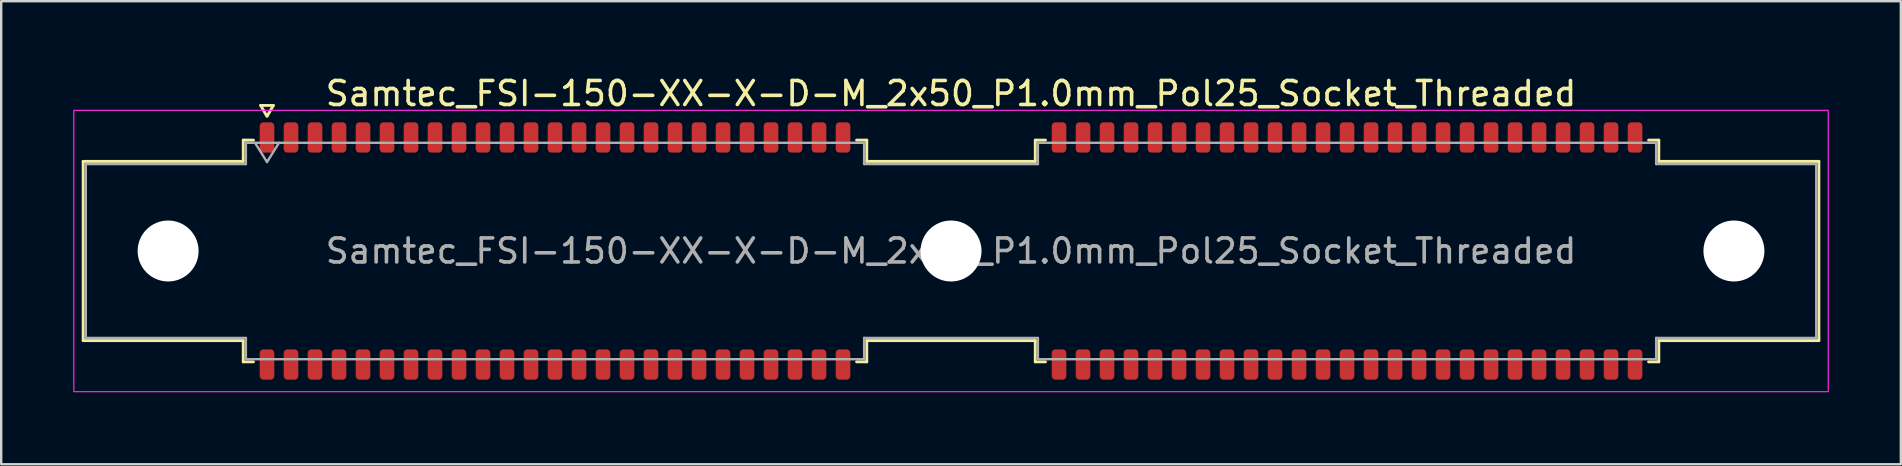
<source format=kicad_pcb>
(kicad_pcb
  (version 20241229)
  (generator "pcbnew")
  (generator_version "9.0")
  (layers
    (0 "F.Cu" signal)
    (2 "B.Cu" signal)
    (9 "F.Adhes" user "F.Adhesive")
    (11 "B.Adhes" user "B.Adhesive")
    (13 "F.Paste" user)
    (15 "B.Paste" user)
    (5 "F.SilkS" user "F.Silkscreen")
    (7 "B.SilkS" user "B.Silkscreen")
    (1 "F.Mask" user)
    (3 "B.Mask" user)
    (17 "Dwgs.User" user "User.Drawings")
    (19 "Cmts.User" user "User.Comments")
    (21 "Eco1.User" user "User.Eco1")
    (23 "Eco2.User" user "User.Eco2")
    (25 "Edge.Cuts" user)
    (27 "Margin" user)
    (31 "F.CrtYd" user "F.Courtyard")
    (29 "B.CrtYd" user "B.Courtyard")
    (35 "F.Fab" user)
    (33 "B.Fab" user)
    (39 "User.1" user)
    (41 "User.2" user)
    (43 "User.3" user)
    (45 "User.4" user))
  (footprint "Samtec_FSI-150-XX-X-D-M_2x50_P1.0mm_Pol25_Socket_Threaded"
    (layer "F.Cu")
    (at 36.575 7.408)
    (property "Reference" "Samtec_FSI-150-XX-X-D-M_2x50_P1.0mm_Pol25_Socket_Threaded" (at 0 -6.56 0) (layer "F.SilkS") (effects (font (size 1 1) (thickness 0.15))))
    (attr smd)
    (fp_line (start -36.16 -3.733) (end -29.49 -3.733) (stroke (width 0.12) (type solid)) (layer "F.SilkS"))
    (fp_line (start -36.16 3.733) (end -36.16 -3.733) (stroke (width 0.12) (type solid)) (layer "F.SilkS"))
    (fp_line (start -29.49 -4.619) (end -29.065 -4.619) (stroke (width 0.12) (type solid)) (layer "F.SilkS"))
    (fp_line (start -29.49 -3.733) (end -29.49 -4.619) (stroke (width 0.12) (type solid)) (layer "F.SilkS"))
    (fp_line (start -29.49 3.733) (end -36.16 3.733) (stroke (width 0.12) (type solid)) (layer "F.SilkS"))
    (fp_line (start -29.49 4.619) (end -29.49 3.733) (stroke (width 0.12) (type solid)) (layer "F.SilkS"))
    (fp_line (start -29.065 4.619) (end -29.49 4.619) (stroke (width 0.12) (type solid)) (layer "F.SilkS"))
    (fp_line (start -28.764 -6.066) (end -28.507 -5.62) (stroke (width 0.12) (type solid)) (layer "F.SilkS"))
    (fp_line (start -28.493 -5.62) (end -28.236 -6.066) (stroke (width 0.12) (type solid)) (layer "F.SilkS"))
    (fp_line (start -28.236 -6.066) (end -28.764 -6.066) (stroke (width 0.12) (type solid)) (layer "F.SilkS"))
    (fp_line (start -3.935 -4.619) (end -3.51 -4.619) (stroke (width 0.12) (type solid)) (layer "F.SilkS"))
    (fp_line (start -3.51 -4.619) (end -3.51 -3.733) (stroke (width 0.12) (type solid)) (layer "F.SilkS"))
    (fp_line (start -3.51 -3.733) (end 3.51 -3.733) (stroke (width 0.12) (type solid)) (layer "F.SilkS"))
    (fp_line (start -3.51 3.733) (end -3.51 4.619) (stroke (width 0.12) (type solid)) (layer "F.SilkS"))
    (fp_line (start -3.51 4.619) (end -3.935 4.619) (stroke (width 0.12) (type solid)) (layer "F.SilkS"))
    (fp_line (start 3.51 -4.619) (end 3.935 -4.619) (stroke (width 0.12) (type solid)) (layer "F.SilkS"))
    (fp_line (start 3.51 -3.733) (end 3.51 -4.619) (stroke (width 0.12) (type solid)) (layer "F.SilkS"))
    (fp_line (start 3.51 3.733) (end -3.51 3.733) (stroke (width 0.12) (type solid)) (layer "F.SilkS"))
    (fp_line (start 3.51 4.619) (end 3.51 3.733) (stroke (width 0.12) (type solid)) (layer "F.SilkS"))
    (fp_line (start 3.935 4.619) (end 3.51 4.619) (stroke (width 0.12) (type solid)) (layer "F.SilkS"))
    (fp_line (start 29.065 -4.619) (end 29.49 -4.619) (stroke (width 0.12) (type solid)) (layer "F.SilkS"))
    (fp_line (start 29.49 -4.619) (end 29.49 -3.733) (stroke (width 0.12) (type solid)) (layer "F.SilkS"))
    (fp_line (start 29.49 -3.733) (end 36.16 -3.733) (stroke (width 0.12) (type solid)) (layer "F.SilkS"))
    (fp_line (start 29.49 3.733) (end 29.49 4.619) (stroke (width 0.12) (type solid)) (layer "F.SilkS"))
    (fp_line (start 29.49 4.619) (end 29.065 4.619) (stroke (width 0.12) (type solid)) (layer "F.SilkS"))
    (fp_line (start 36.16 -3.733) (end 36.16 3.733) (stroke (width 0.12) (type solid)) (layer "F.SilkS"))
    (fp_line (start 36.16 3.733) (end 29.49 3.733) (stroke (width 0.12) (type solid)) (layer "F.SilkS"))
    (fp_rect (start -36.55 -5.86) (end 36.55 5.86) (stroke (width 0.05) (type solid)) (fill no) (layer "F.CrtYd"))
    (fp_line (start -36.05 -3.623) (end -29.38 -3.623) (stroke (width 0.1) (type solid)) (layer "F.Fab"))
    (fp_line (start -36.05 3.623) (end -36.05 -3.623) (stroke (width 0.1) (type solid)) (layer "F.Fab"))
    (fp_line (start -29.38 -4.508) (end -3.62 -4.508) (stroke (width 0.1) (type solid)) (layer "F.Fab"))
    (fp_line (start -29.38 -3.623) (end -29.38 -4.508) (stroke (width 0.1) (type solid)) (layer "F.Fab"))
    (fp_line (start -29.38 3.623) (end -36.05 3.623) (stroke (width 0.1) (type solid)) (layer "F.Fab"))
    (fp_line (start -29.38 4.508) (end -29.38 3.623) (stroke (width 0.1) (type solid)) (layer "F.Fab"))
    (fp_line (start -29 -4.508) (end -28.5 -3.708) (stroke (width 0.1) (type solid)) (layer "F.Fab"))
    (fp_line (start -28.5 -3.708) (end -28 -4.508) (stroke (width 0.1) (type solid)) (layer "F.Fab"))
    (fp_line (start -3.62 -4.508) (end -3.62 -3.623) (stroke (width 0.1) (type solid)) (layer "F.Fab"))
    (fp_line (start -3.62 -3.623) (end 3.62 -3.623) (stroke (width 0.1) (type solid)) (layer "F.Fab"))
    (fp_line (start -3.62 3.623) (end -3.62 4.508) (stroke (width 0.1) (type solid)) (layer "F.Fab"))
    (fp_line (start -3.62 4.508) (end -29.38 4.508) (stroke (width 0.1) (type solid)) (layer "F.Fab"))
    (fp_line (start 3.62 -4.508) (end 29.38 -4.508) (stroke (width 0.1) (type solid)) (layer "F.Fab"))
    (fp_line (start 3.62 -3.623) (end 3.62 -4.508) (stroke (width 0.1) (type solid)) (layer "F.Fab"))
    (fp_line (start 3.62 3.623) (end -3.62 3.623) (stroke (width 0.1) (type solid)) (layer "F.Fab"))
    (fp_line (start 3.62 4.508) (end 3.62 3.623) (stroke (width 0.1) (type solid)) (layer "F.Fab"))
    (fp_line (start 29.38 -4.508) (end 29.38 -3.623) (stroke (width 0.1) (type solid)) (layer "F.Fab"))
    (fp_line (start 29.38 -3.623) (end 36.05 -3.623) (stroke (width 0.1) (type solid)) (layer "F.Fab"))
    (fp_line (start 29.38 3.623) (end 29.38 4.508) (stroke (width 0.1) (type solid)) (layer "F.Fab"))
    (fp_line (start 29.38 4.508) (end 3.62 4.508) (stroke (width 0.1) (type solid)) (layer "F.Fab"))
    (fp_line (start 36.05 -3.623) (end 36.05 3.623) (stroke (width 0.1) (type solid)) (layer "F.Fab"))
    (fp_line (start 36.05 3.623) (end 29.38 3.623) (stroke (width 0.1) (type solid)) (layer "F.Fab"))
    (fp_text user "${REFERENCE}" (at 0 0 0) (layer "F.Fab") (effects (font (size 1 1) (thickness 0.15))))
    (pad "" np_thru_hole circle (at -32.62 0) (size 2.54 2.54) (drill 2.54) (layers "*.Cu" "*.Mask"))
    (pad "" np_thru_hole circle (at 0 0) (size 2.54 2.54) (drill 2.54) (layers "*.Cu" "*.Mask"))
    (pad "" np_thru_hole circle (at 32.62 0) (size 2.54 2.54) (drill 2.54) (layers "*.Cu" "*.Mask"))
    (pad "1" smd roundrect (at -28.5 -4.73) (size 0.61 1.26) (layers "F.Cu" "F.Mask" "F.Paste") (roundrect_rratio 0.25))
    (pad "2" smd roundrect (at -28.5 4.73) (size 0.61 1.26) (layers "F.Cu" "F.Mask" "F.Paste") (roundrect_rratio 0.25))
    (pad "3" smd roundrect (at -27.5 -4.73) (size 0.61 1.26) (layers "F.Cu" "F.Mask" "F.Paste") (roundrect_rratio 0.25))
    (pad "4" smd roundrect (at -27.5 4.73) (size 0.61 1.26) (layers "F.Cu" "F.Mask" "F.Paste") (roundrect_rratio 0.25))
    (pad "5" smd roundrect (at -26.5 -4.73) (size 0.61 1.26) (layers "F.Cu" "F.Mask" "F.Paste") (roundrect_rratio 0.25))
    (pad "6" smd roundrect (at -26.5 4.73) (size 0.61 1.26) (layers "F.Cu" "F.Mask" "F.Paste") (roundrect_rratio 0.25))
    (pad "7" smd roundrect (at -25.5 -4.73) (size 0.61 1.26) (layers "F.Cu" "F.Mask" "F.Paste") (roundrect_rratio 0.25))
    (pad "8" smd roundrect (at -25.5 4.73) (size 0.61 1.26) (layers "F.Cu" "F.Mask" "F.Paste") (roundrect_rratio 0.25))
    (pad "9" smd roundrect (at -24.5 -4.73) (size 0.61 1.26) (layers "F.Cu" "F.Mask" "F.Paste") (roundrect_rratio 0.25))
    (pad "10" smd roundrect (at -24.5 4.73) (size 0.61 1.26) (layers "F.Cu" "F.Mask" "F.Paste") (roundrect_rratio 0.25))
    (pad "11" smd roundrect (at -23.5 -4.73) (size 0.61 1.26) (layers "F.Cu" "F.Mask" "F.Paste") (roundrect_rratio 0.25))
    (pad "12" smd roundrect (at -23.5 4.73) (size 0.61 1.26) (layers "F.Cu" "F.Mask" "F.Paste") (roundrect_rratio 0.25))
    (pad "13" smd roundrect (at -22.5 -4.73) (size 0.61 1.26) (layers "F.Cu" "F.Mask" "F.Paste") (roundrect_rratio 0.25))
    (pad "14" smd roundrect (at -22.5 4.73) (size 0.61 1.26) (layers "F.Cu" "F.Mask" "F.Paste") (roundrect_rratio 0.25))
    (pad "15" smd roundrect (at -21.5 -4.73) (size 0.61 1.26) (layers "F.Cu" "F.Mask" "F.Paste") (roundrect_rratio 0.25))
    (pad "16" smd roundrect (at -21.5 4.73) (size 0.61 1.26) (layers "F.Cu" "F.Mask" "F.Paste") (roundrect_rratio 0.25))
    (pad "17" smd roundrect (at -20.5 -4.73) (size 0.61 1.26) (layers "F.Cu" "F.Mask" "F.Paste") (roundrect_rratio 0.25))
    (pad "18" smd roundrect (at -20.5 4.73) (size 0.61 1.26) (layers "F.Cu" "F.Mask" "F.Paste") (roundrect_rratio 0.25))
    (pad "19" smd roundrect (at -19.5 -4.73) (size 0.61 1.26) (layers "F.Cu" "F.Mask" "F.Paste") (roundrect_rratio 0.25))
    (pad "20" smd roundrect (at -19.5 4.73) (size 0.61 1.26) (layers "F.Cu" "F.Mask" "F.Paste") (roundrect_rratio 0.25))
    (pad "21" smd roundrect (at -18.5 -4.73) (size 0.61 1.26) (layers "F.Cu" "F.Mask" "F.Paste") (roundrect_rratio 0.25))
    (pad "22" smd roundrect (at -18.5 4.73) (size 0.61 1.26) (layers "F.Cu" "F.Mask" "F.Paste") (roundrect_rratio 0.25))
    (pad "23" smd roundrect (at -17.5 -4.73) (size 0.61 1.26) (layers "F.Cu" "F.Mask" "F.Paste") (roundrect_rratio 0.25))
    (pad "24" smd roundrect (at -17.5 4.73) (size 0.61 1.26) (layers "F.Cu" "F.Mask" "F.Paste") (roundrect_rratio 0.25))
    (pad "25" smd roundrect (at -16.5 -4.73) (size 0.61 1.26) (layers "F.Cu" "F.Mask" "F.Paste") (roundrect_rratio 0.25))
    (pad "26" smd roundrect (at -16.5 4.73) (size 0.61 1.26) (layers "F.Cu" "F.Mask" "F.Paste") (roundrect_rratio 0.25))
    (pad "27" smd roundrect (at -15.5 -4.73) (size 0.61 1.26) (layers "F.Cu" "F.Mask" "F.Paste") (roundrect_rratio 0.25))
    (pad "28" smd roundrect (at -15.5 4.73) (size 0.61 1.26) (layers "F.Cu" "F.Mask" "F.Paste") (roundrect_rratio 0.25))
    (pad "29" smd roundrect (at -14.5 -4.73) (size 0.61 1.26) (layers "F.Cu" "F.Mask" "F.Paste") (roundrect_rratio 0.25))
    (pad "30" smd roundrect (at -14.5 4.73) (size 0.61 1.26) (layers "F.Cu" "F.Mask" "F.Paste") (roundrect_rratio 0.25))
    (pad "31" smd roundrect (at -13.5 -4.73) (size 0.61 1.26) (layers "F.Cu" "F.Mask" "F.Paste") (roundrect_rratio 0.25))
    (pad "32" smd roundrect (at -13.5 4.73) (size 0.61 1.26) (layers "F.Cu" "F.Mask" "F.Paste") (roundrect_rratio 0.25))
    (pad "33" smd roundrect (at -12.5 -4.73) (size 0.61 1.26) (layers "F.Cu" "F.Mask" "F.Paste") (roundrect_rratio 0.25))
    (pad "34" smd roundrect (at -12.5 4.73) (size 0.61 1.26) (layers "F.Cu" "F.Mask" "F.Paste") (roundrect_rratio 0.25))
    (pad "35" smd roundrect (at -11.5 -4.73) (size 0.61 1.26) (layers "F.Cu" "F.Mask" "F.Paste") (roundrect_rratio 0.25))
    (pad "36" smd roundrect (at -11.5 4.73) (size 0.61 1.26) (layers "F.Cu" "F.Mask" "F.Paste") (roundrect_rratio 0.25))
    (pad "37" smd roundrect (at -10.5 -4.73) (size 0.61 1.26) (layers "F.Cu" "F.Mask" "F.Paste") (roundrect_rratio 0.25))
    (pad "38" smd roundrect (at -10.5 4.73) (size 0.61 1.26) (layers "F.Cu" "F.Mask" "F.Paste") (roundrect_rratio 0.25))
    (pad "39" smd roundrect (at -9.5 -4.73) (size 0.61 1.26) (layers "F.Cu" "F.Mask" "F.Paste") (roundrect_rratio 0.25))
    (pad "40" smd roundrect (at -9.5 4.73) (size 0.61 1.26) (layers "F.Cu" "F.Mask" "F.Paste") (roundrect_rratio 0.25))
    (pad "41" smd roundrect (at -8.5 -4.73) (size 0.61 1.26) (layers "F.Cu" "F.Mask" "F.Paste") (roundrect_rratio 0.25))
    (pad "42" smd roundrect (at -8.5 4.73) (size 0.61 1.26) (layers "F.Cu" "F.Mask" "F.Paste") (roundrect_rratio 0.25))
    (pad "43" smd roundrect (at -7.5 -4.73) (size 0.61 1.26) (layers "F.Cu" "F.Mask" "F.Paste") (roundrect_rratio 0.25))
    (pad "44" smd roundrect (at -7.5 4.73) (size 0.61 1.26) (layers "F.Cu" "F.Mask" "F.Paste") (roundrect_rratio 0.25))
    (pad "45" smd roundrect (at -6.5 -4.73) (size 0.61 1.26) (layers "F.Cu" "F.Mask" "F.Paste") (roundrect_rratio 0.25))
    (pad "46" smd roundrect (at -6.5 4.73) (size 0.61 1.26) (layers "F.Cu" "F.Mask" "F.Paste") (roundrect_rratio 0.25))
    (pad "47" smd roundrect (at -5.5 -4.73) (size 0.61 1.26) (layers "F.Cu" "F.Mask" "F.Paste") (roundrect_rratio 0.25))
    (pad "48" smd roundrect (at -5.5 4.73) (size 0.61 1.26) (layers "F.Cu" "F.Mask" "F.Paste") (roundrect_rratio 0.25))
    (pad "49" smd roundrect (at -4.5 -4.73) (size 0.61 1.26) (layers "F.Cu" "F.Mask" "F.Paste") (roundrect_rratio 0.25))
    (pad "50" smd roundrect (at -4.5 4.73) (size 0.61 1.26) (layers "F.Cu" "F.Mask" "F.Paste") (roundrect_rratio 0.25))
    (pad "51" smd roundrect (at 4.5 -4.73) (size 0.61 1.26) (layers "F.Cu" "F.Mask" "F.Paste") (roundrect_rratio 0.25))
    (pad "52" smd roundrect (at 4.5 4.73) (size 0.61 1.26) (layers "F.Cu" "F.Mask" "F.Paste") (roundrect_rratio 0.25))
    (pad "53" smd roundrect (at 5.5 -4.73) (size 0.61 1.26) (layers "F.Cu" "F.Mask" "F.Paste") (roundrect_rratio 0.25))
    (pad "54" smd roundrect (at 5.5 4.73) (size 0.61 1.26) (layers "F.Cu" "F.Mask" "F.Paste") (roundrect_rratio 0.25))
    (pad "55" smd roundrect (at 6.5 -4.73) (size 0.61 1.26) (layers "F.Cu" "F.Mask" "F.Paste") (roundrect_rratio 0.25))
    (pad "56" smd roundrect (at 6.5 4.73) (size 0.61 1.26) (layers "F.Cu" "F.Mask" "F.Paste") (roundrect_rratio 0.25))
    (pad "57" smd roundrect (at 7.5 -4.73) (size 0.61 1.26) (layers "F.Cu" "F.Mask" "F.Paste") (roundrect_rratio 0.25))
    (pad "58" smd roundrect (at 7.5 4.73) (size 0.61 1.26) (layers "F.Cu" "F.Mask" "F.Paste") (roundrect_rratio 0.25))
    (pad "59" smd roundrect (at 8.5 -4.73) (size 0.61 1.26) (layers "F.Cu" "F.Mask" "F.Paste") (roundrect_rratio 0.25))
    (pad "60" smd roundrect (at 8.5 4.73) (size 0.61 1.26) (layers "F.Cu" "F.Mask" "F.Paste") (roundrect_rratio 0.25))
    (pad "61" smd roundrect (at 9.5 -4.73) (size 0.61 1.26) (layers "F.Cu" "F.Mask" "F.Paste") (roundrect_rratio 0.25))
    (pad "62" smd roundrect (at 9.5 4.73) (size 0.61 1.26) (layers "F.Cu" "F.Mask" "F.Paste") (roundrect_rratio 0.25))
    (pad "63" smd roundrect (at 10.5 -4.73) (size 0.61 1.26) (layers "F.Cu" "F.Mask" "F.Paste") (roundrect_rratio 0.25))
    (pad "64" smd roundrect (at 10.5 4.73) (size 0.61 1.26) (layers "F.Cu" "F.Mask" "F.Paste") (roundrect_rratio 0.25))
    (pad "65" smd roundrect (at 11.5 -4.73) (size 0.61 1.26) (layers "F.Cu" "F.Mask" "F.Paste") (roundrect_rratio 0.25))
    (pad "66" smd roundrect (at 11.5 4.73) (size 0.61 1.26) (layers "F.Cu" "F.Mask" "F.Paste") (roundrect_rratio 0.25))
    (pad "67" smd roundrect (at 12.5 -4.73) (size 0.61 1.26) (layers "F.Cu" "F.Mask" "F.Paste") (roundrect_rratio 0.25))
    (pad "68" smd roundrect (at 12.5 4.73) (size 0.61 1.26) (layers "F.Cu" "F.Mask" "F.Paste") (roundrect_rratio 0.25))
    (pad "69" smd roundrect (at 13.5 -4.73) (size 0.61 1.26) (layers "F.Cu" "F.Mask" "F.Paste") (roundrect_rratio 0.25))
    (pad "70" smd roundrect (at 13.5 4.73) (size 0.61 1.26) (layers "F.Cu" "F.Mask" "F.Paste") (roundrect_rratio 0.25))
    (pad "71" smd roundrect (at 14.5 -4.73) (size 0.61 1.26) (layers "F.Cu" "F.Mask" "F.Paste") (roundrect_rratio 0.25))
    (pad "72" smd roundrect (at 14.5 4.73) (size 0.61 1.26) (layers "F.Cu" "F.Mask" "F.Paste") (roundrect_rratio 0.25))
    (pad "73" smd roundrect (at 15.5 -4.73) (size 0.61 1.26) (layers "F.Cu" "F.Mask" "F.Paste") (roundrect_rratio 0.25))
    (pad "74" smd roundrect (at 15.5 4.73) (size 0.61 1.26) (layers "F.Cu" "F.Mask" "F.Paste") (roundrect_rratio 0.25))
    (pad "75" smd roundrect (at 16.5 -4.73) (size 0.61 1.26) (layers "F.Cu" "F.Mask" "F.Paste") (roundrect_rratio 0.25))
    (pad "76" smd roundrect (at 16.5 4.73) (size 0.61 1.26) (layers "F.Cu" "F.Mask" "F.Paste") (roundrect_rratio 0.25))
    (pad "77" smd roundrect (at 17.5 -4.73) (size 0.61 1.26) (layers "F.Cu" "F.Mask" "F.Paste") (roundrect_rratio 0.25))
    (pad "78" smd roundrect (at 17.5 4.73) (size 0.61 1.26) (layers "F.Cu" "F.Mask" "F.Paste") (roundrect_rratio 0.25))
    (pad "79" smd roundrect (at 18.5 -4.73) (size 0.61 1.26) (layers "F.Cu" "F.Mask" "F.Paste") (roundrect_rratio 0.25))
    (pad "80" smd roundrect (at 18.5 4.73) (size 0.61 1.26) (layers "F.Cu" "F.Mask" "F.Paste") (roundrect_rratio 0.25))
    (pad "81" smd roundrect (at 19.5 -4.73) (size 0.61 1.26) (layers "F.Cu" "F.Mask" "F.Paste") (roundrect_rratio 0.25))
    (pad "82" smd roundrect (at 19.5 4.73) (size 0.61 1.26) (layers "F.Cu" "F.Mask" "F.Paste") (roundrect_rratio 0.25))
    (pad "83" smd roundrect (at 20.5 -4.73) (size 0.61 1.26) (layers "F.Cu" "F.Mask" "F.Paste") (roundrect_rratio 0.25))
    (pad "84" smd roundrect (at 20.5 4.73) (size 0.61 1.26) (layers "F.Cu" "F.Mask" "F.Paste") (roundrect_rratio 0.25))
    (pad "85" smd roundrect (at 21.5 -4.73) (size 0.61 1.26) (layers "F.Cu" "F.Mask" "F.Paste") (roundrect_rratio 0.25))
    (pad "86" smd roundrect (at 21.5 4.73) (size 0.61 1.26) (layers "F.Cu" "F.Mask" "F.Paste") (roundrect_rratio 0.25))
    (pad "87" smd roundrect (at 22.5 -4.73) (size 0.61 1.26) (layers "F.Cu" "F.Mask" "F.Paste") (roundrect_rratio 0.25))
    (pad "88" smd roundrect (at 22.5 4.73) (size 0.61 1.26) (layers "F.Cu" "F.Mask" "F.Paste") (roundrect_rratio 0.25))
    (pad "89" smd roundrect (at 23.5 -4.73) (size 0.61 1.26) (layers "F.Cu" "F.Mask" "F.Paste") (roundrect_rratio 0.25))
    (pad "90" smd roundrect (at 23.5 4.73) (size 0.61 1.26) (layers "F.Cu" "F.Mask" "F.Paste") (roundrect_rratio 0.25))
    (pad "91" smd roundrect (at 24.5 -4.73) (size 0.61 1.26) (layers "F.Cu" "F.Mask" "F.Paste") (roundrect_rratio 0.25))
    (pad "92" smd roundrect (at 24.5 4.73) (size 0.61 1.26) (layers "F.Cu" "F.Mask" "F.Paste") (roundrect_rratio 0.25))
    (pad "93" smd roundrect (at 25.5 -4.73) (size 0.61 1.26) (layers "F.Cu" "F.Mask" "F.Paste") (roundrect_rratio 0.25))
    (pad "94" smd roundrect (at 25.5 4.73) (size 0.61 1.26) (layers "F.Cu" "F.Mask" "F.Paste") (roundrect_rratio 0.25))
    (pad "95" smd roundrect (at 26.5 -4.73) (size 0.61 1.26) (layers "F.Cu" "F.Mask" "F.Paste") (roundrect_rratio 0.25))
    (pad "96" smd roundrect (at 26.5 4.73) (size 0.61 1.26) (layers "F.Cu" "F.Mask" "F.Paste") (roundrect_rratio 0.25))
    (pad "97" smd roundrect (at 27.5 -4.73) (size 0.61 1.26) (layers "F.Cu" "F.Mask" "F.Paste") (roundrect_rratio 0.25))
    (pad "98" smd roundrect (at 27.5 4.73) (size 0.61 1.26) (layers "F.Cu" "F.Mask" "F.Paste") (roundrect_rratio 0.25))
    (pad "99" smd roundrect (at 28.5 -4.73) (size 0.61 1.26) (layers "F.Cu" "F.Mask" "F.Paste") (roundrect_rratio 0.25))
    (pad "100" smd roundrect (at 28.5 4.73) (size 0.61 1.26) (layers "F.Cu" "F.Mask" "F.Paste") (roundrect_rratio 0.25)))
  (gr_rect
    (start -3 -3)
    (end 76.15 16.293)
    (stroke (width 0.1) (type default))
    (fill no)
    (layer "Edge.Cuts")))
</source>
